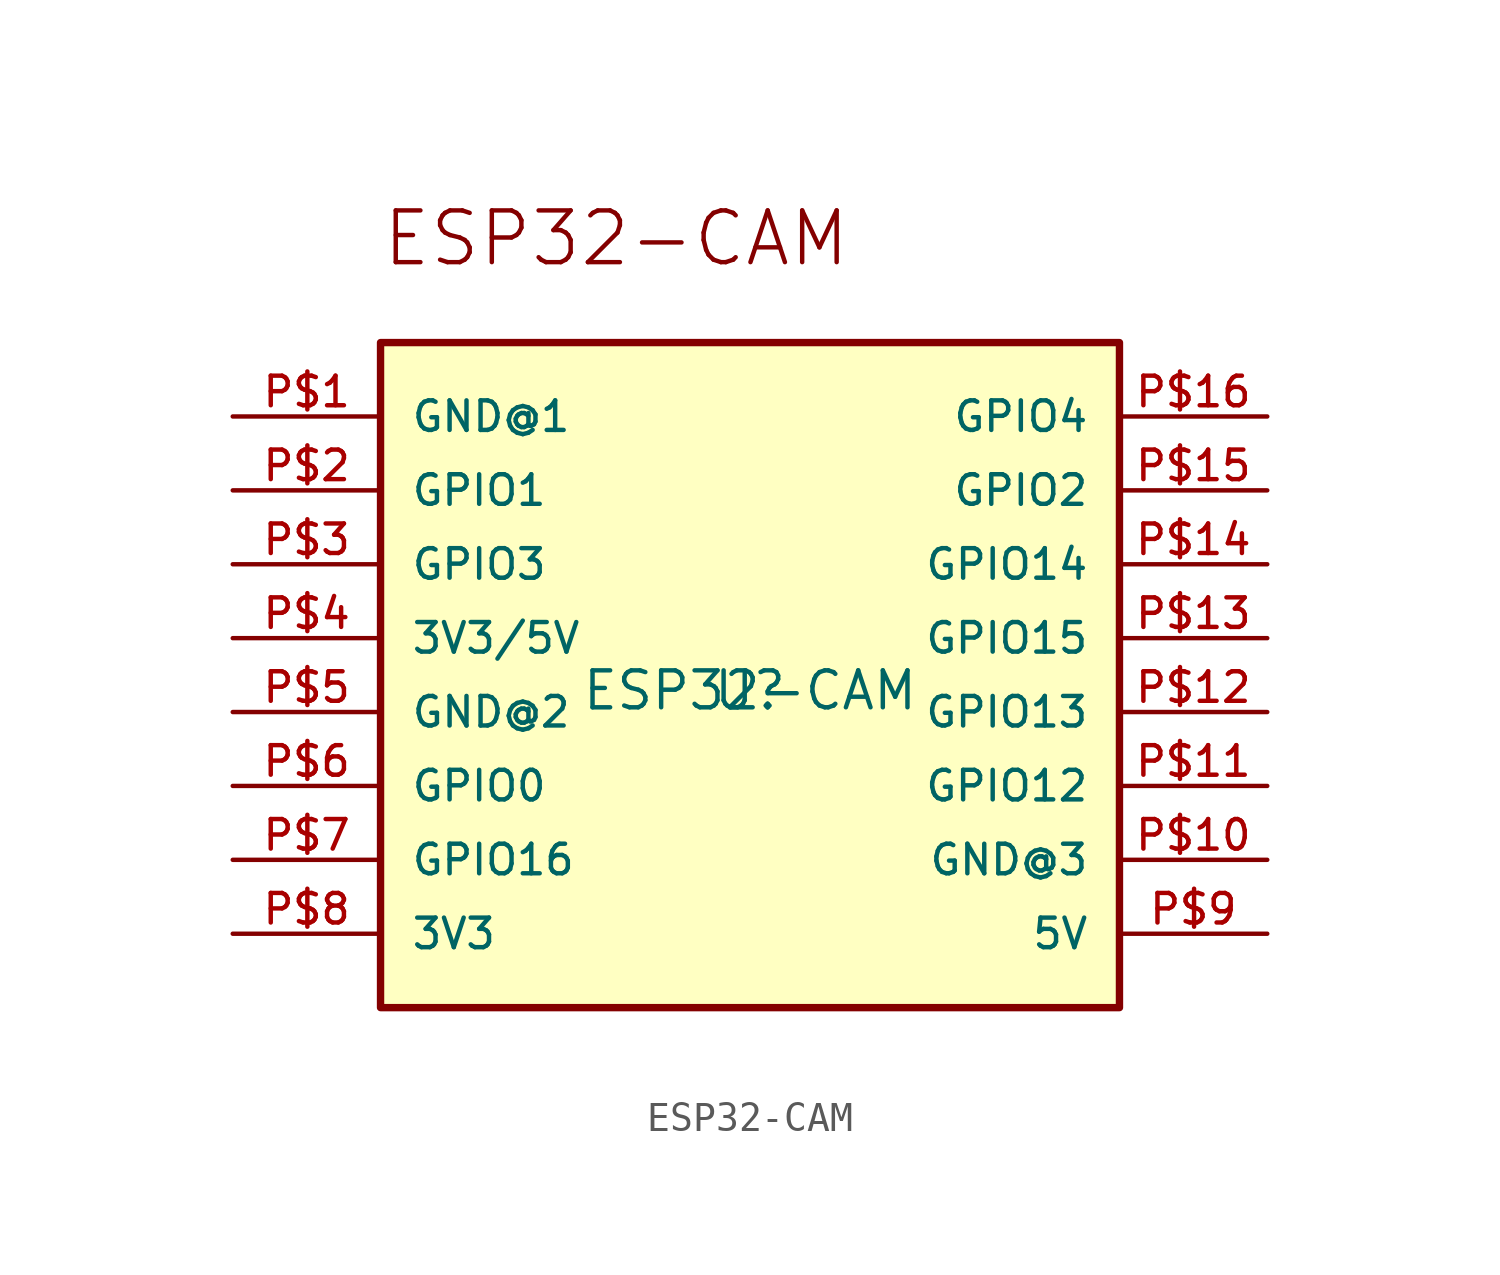
<source format=kicad_sym>
(kicad_symbol_lib
  (version 20211014)
  (generator kicad_symbol_editor)
  (symbol "ESP32-CAM"
    (pin_names
      (offset 1.016))
    (property "Reference" "U"
      (at 0 0 0)
      (effects (font (size 1.27 1.27)) (justify bottom)))
    (property "Value" "ESP32-CAM"
      (at 0 0.0 0)
      (effects (font (size 1.27 1.27)) (justify bottom)))
    (symbol "ESP32-CAM_0_0"
      (text "ESP32-CAM" (at -12.7 15.24 0) (effects (font (size 1.778 1.778)) (justify bottom left)))
      (rectangle (start -12.7 -10.16) (end 12.7 12.7) (stroke (width 0.254)) (fill (type background)))
      (pin bidirectional line (at -17.78 10.16 0) (length 5.08) (name "GND@1" (effects (font (size 1.016 1.016)))) (number "P$1" (effects (font (size 1.016 1.016)))))
      (pin bidirectional line (at -17.78 7.62 0) (length 5.08) (name "GPIO1" (effects (font (size 1.016 1.016)))) (number "P$2" (effects (font (size 1.016 1.016)))))
      (pin bidirectional line (at -17.78 5.08 0) (length 5.08) (name "GPIO3" (effects (font (size 1.016 1.016)))) (number "P$3" (effects (font (size 1.016 1.016)))))
      (pin bidirectional line (at -17.78 2.54 0) (length 5.08) (name "3V3/5V" (effects (font (size 1.016 1.016)))) (number "P$4" (effects (font (size 1.016 1.016)))))
      (pin bidirectional line (at -17.78 0.0 0) (length 5.08) (name "GND@2" (effects (font (size 1.016 1.016)))) (number "P$5" (effects (font (size 1.016 1.016)))))
      (pin bidirectional line (at -17.78 -2.54 0) (length 5.08) (name "GPIO0" (effects (font (size 1.016 1.016)))) (number "P$6" (effects (font (size 1.016 1.016)))))
      (pin bidirectional line (at -17.78 -5.08 0) (length 5.08) (name "GPIO16" (effects (font (size 1.016 1.016)))) (number "P$7" (effects (font (size 1.016 1.016)))))
      (pin bidirectional line (at -17.78 -7.62 0) (length 5.08) (name "3V3" (effects (font (size 1.016 1.016)))) (number "P$8" (effects (font (size 1.016 1.016)))))
      (pin bidirectional line (at 17.78 -7.62 180.0) (length 5.08) (name "5V" (effects (font (size 1.016 1.016)))) (number "P$9" (effects (font (size 1.016 1.016)))))
      (pin bidirectional line (at 17.78 -5.08 180.0) (length 5.08) (name "GND@3" (effects (font (size 1.016 1.016)))) (number "P$10" (effects (font (size 1.016 1.016)))))
      (pin bidirectional line (at 17.78 -2.54 180.0) (length 5.08) (name "GPIO12" (effects (font (size 1.016 1.016)))) (number "P$11" (effects (font (size 1.016 1.016)))))
      (pin bidirectional line (at 17.78 0.0 180.0) (length 5.08) (name "GPIO13" (effects (font (size 1.016 1.016)))) (number "P$12" (effects (font (size 1.016 1.016)))))
      (pin bidirectional line (at 17.78 2.54 180.0) (length 5.08) (name "GPIO15" (effects (font (size 1.016 1.016)))) (number "P$13" (effects (font (size 1.016 1.016)))))
      (pin bidirectional line (at 17.78 5.08 180.0) (length 5.08) (name "GPIO14" (effects (font (size 1.016 1.016)))) (number "P$14" (effects (font (size 1.016 1.016)))))
      (pin bidirectional line (at 17.78 7.62 180.0) (length 5.08) (name "GPIO2" (effects (font (size 1.016 1.016)))) (number "P$15" (effects (font (size 1.016 1.016)))))
      (pin bidirectional line (at 17.78 10.16 180.0) (length 5.08) (name "GPIO4" (effects (font (size 1.016 1.016)))) (number "P$16" (effects (font (size 1.016 1.016))))))))
</source>
